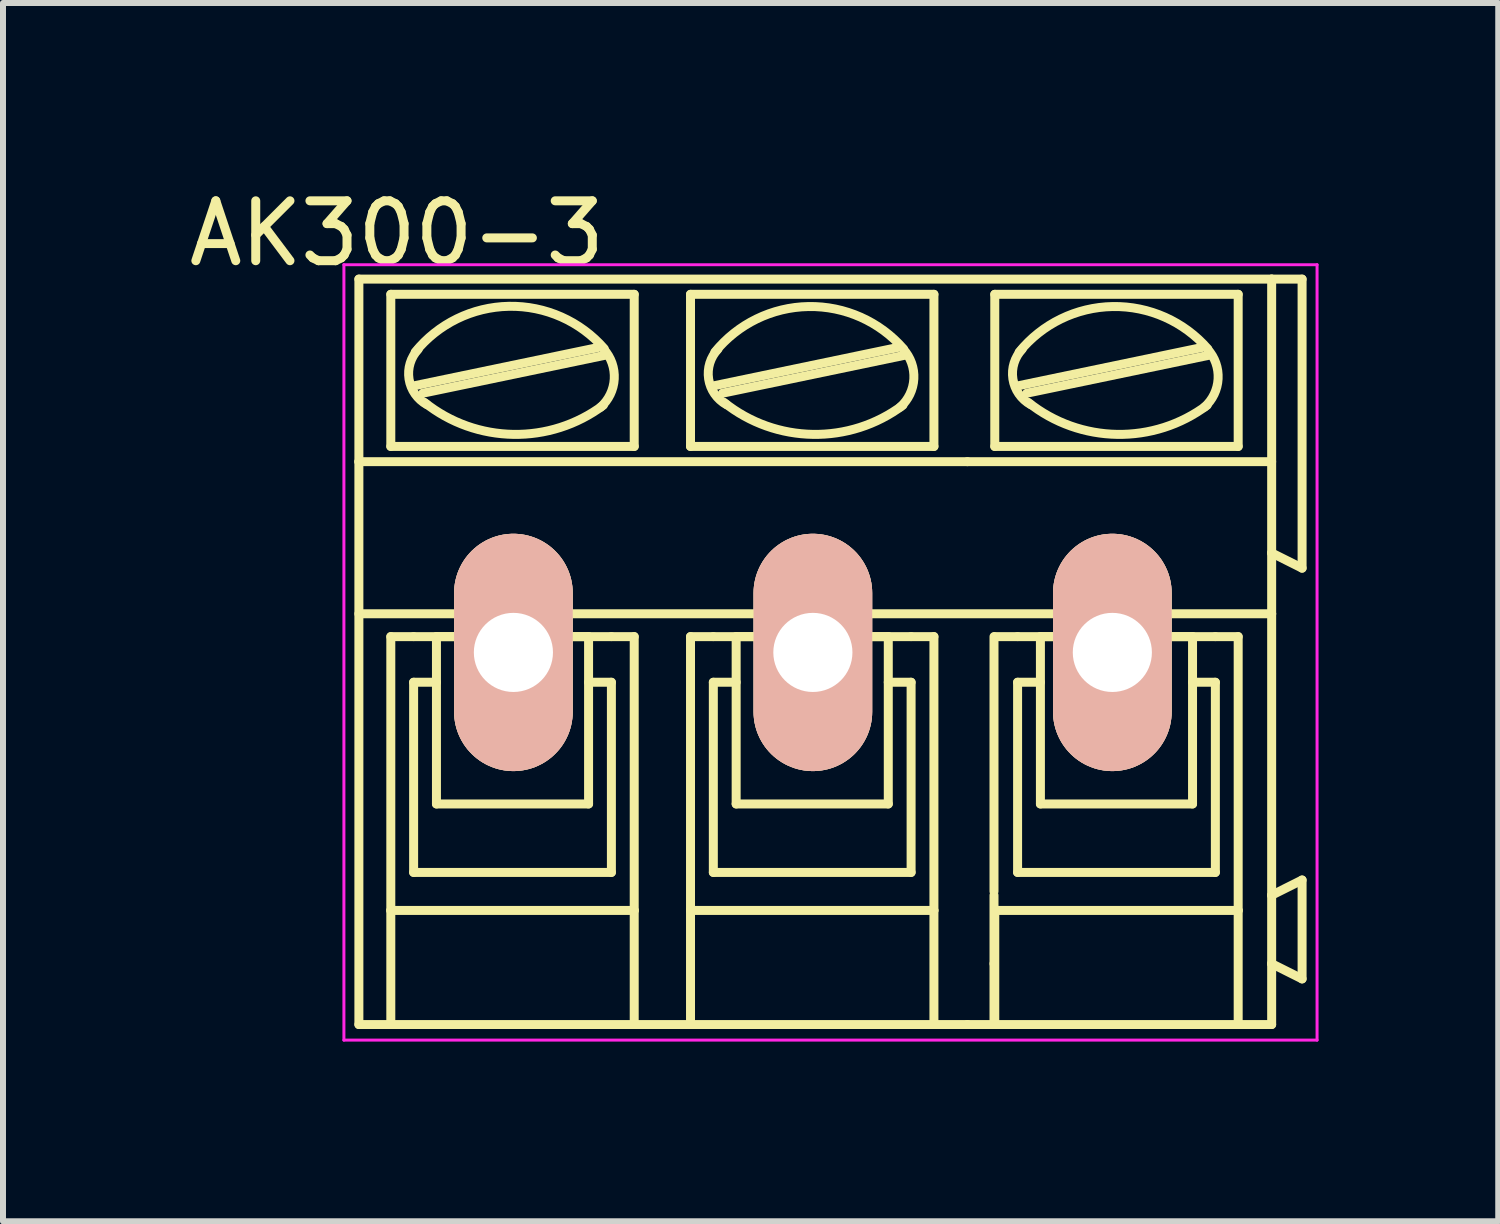
<source format=kicad_pcb>
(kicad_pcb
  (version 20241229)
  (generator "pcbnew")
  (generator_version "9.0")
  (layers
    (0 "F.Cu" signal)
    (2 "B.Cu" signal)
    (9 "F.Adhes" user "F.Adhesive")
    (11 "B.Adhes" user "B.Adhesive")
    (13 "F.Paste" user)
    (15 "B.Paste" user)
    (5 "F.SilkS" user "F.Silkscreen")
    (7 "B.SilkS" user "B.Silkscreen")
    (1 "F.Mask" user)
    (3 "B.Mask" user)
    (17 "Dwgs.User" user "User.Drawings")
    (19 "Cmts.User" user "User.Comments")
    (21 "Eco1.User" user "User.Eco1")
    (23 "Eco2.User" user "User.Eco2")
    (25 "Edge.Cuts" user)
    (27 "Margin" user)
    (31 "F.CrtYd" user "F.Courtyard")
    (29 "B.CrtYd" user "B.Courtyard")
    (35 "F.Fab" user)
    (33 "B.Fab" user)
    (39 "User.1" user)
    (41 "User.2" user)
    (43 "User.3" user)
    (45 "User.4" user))
  (footprint "AK300-3"
    (layer "F.Cu")
    (at 5.522 7.843)
    (property "Reference" "AK300-3" (at -1.945 -6.995 0) (layer "F.SilkS") (effects (font (size 1 1) (thickness 0.15))))
    (attr exclude_from_pos_files exclude_from_bom)
    (fp_line (start -2.58 -6.233) (end 12.66 -6.233) (stroke (width 0.15) (type solid)) (layer "F.SilkS"))
    (fp_line (start -2.58 -3.185) (end -2.58 -6.233) (stroke (width 0.15) (type solid)) (layer "F.SilkS"))
    (fp_line (start -2.58 -3.185) (end 7.58 -3.185) (stroke (width 0.15) (type solid)) (layer "F.SilkS"))
    (fp_line (start -2.58 -0.645) (end -2.58 -3.185) (stroke (width 0.15) (type solid)) (layer "F.SilkS"))
    (fp_line (start -2.58 6.213) (end -2.58 -0.645) (stroke (width 0.15) (type solid)) (layer "F.SilkS"))
    (fp_line (start -2.58 6.213) (end -2.047 6.213) (stroke (width 0.15) (type solid)) (layer "F.SilkS"))
    (fp_line (start -2.047 -3.439) (end -2.047 -5.979) (stroke (width 0.15) (type solid)) (layer "F.SilkS"))
    (fp_line (start -2.047 -0.264) (end -2.047 4.308) (stroke (width 0.15) (type solid)) (layer "F.SilkS"))
    (fp_line (start -2.047 -0.264) (end -1.666 -0.264) (stroke (width 0.15) (type solid)) (layer "F.SilkS"))
    (fp_line (start -2.047 4.308) (end -2.047 6.213) (stroke (width 0.15) (type solid)) (layer "F.SilkS"))
    (fp_line (start -2.047 6.213) (end 2.017 6.213) (stroke (width 0.15) (type solid)) (layer "F.SilkS"))
    (fp_line (start -1.666 0.498) (end -1.285 0.498) (stroke (width 0.15) (type solid)) (layer "F.SilkS"))
    (fp_line (start -1.666 3.673) (end -1.666 0.498) (stroke (width 0.15) (type solid)) (layer "F.SilkS"))
    (fp_line (start -1.64 -4.455) (end 1.41 -5.09) (stroke (width 0.15) (type solid)) (layer "F.SilkS"))
    (fp_line (start -1.513 -4.328) (end 1.535 -4.963) (stroke (width 0.15) (type solid)) (layer "F.SilkS"))
    (fp_line (start -1.285 -0.264) (end 1.255 -0.264) (stroke (width 0.15) (type solid)) (layer "F.SilkS"))
    (fp_line (start -1.285 2.53) (end -1.285 -0.264) (stroke (width 0.15) (type solid)) (layer "F.SilkS"))
    (fp_line (start -1.285 2.53) (end 1.255 2.53) (stroke (width 0.15) (type solid)) (layer "F.SilkS"))
    (fp_line (start 1.255 2.53) (end 1.255 -0.264) (stroke (width 0.15) (type solid)) (layer "F.SilkS"))
    (fp_line (start 1.636 -0.264) (end -1.666 -0.264) (stroke (width 0.15) (type solid)) (layer "F.SilkS"))
    (fp_line (start 1.636 0.498) (end 1.255 0.498) (stroke (width 0.15) (type solid)) (layer "F.SilkS"))
    (fp_line (start 1.636 3.673) (end -1.666 3.673) (stroke (width 0.15) (type solid)) (layer "F.SilkS"))
    (fp_line (start 1.636 3.673) (end 1.636 0.498) (stroke (width 0.15) (type solid)) (layer "F.SilkS"))
    (fp_line (start 2.017 -5.979) (end -2.047 -5.979) (stroke (width 0.15) (type solid)) (layer "F.SilkS"))
    (fp_line (start 2.017 -3.439) (end -2.047 -3.439) (stroke (width 0.15) (type solid)) (layer "F.SilkS"))
    (fp_line (start 2.017 -3.439) (end 2.017 -5.979) (stroke (width 0.15) (type solid)) (layer "F.SilkS"))
    (fp_line (start 2.017 -0.264) (end 1.636 -0.264) (stroke (width 0.15) (type solid)) (layer "F.SilkS"))
    (fp_line (start 2.017 4.308) (end -2.047 4.308) (stroke (width 0.15) (type solid)) (layer "F.SilkS"))
    (fp_line (start 2.017 4.308) (end 2.017 -0.264) (stroke (width 0.15) (type solid)) (layer "F.SilkS"))
    (fp_line (start 2.017 6.213) (end 2.017 4.308) (stroke (width 0.15) (type solid)) (layer "F.SilkS"))
    (fp_line (start 2.017 6.213) (end 2.957 6.213) (stroke (width 0.15) (type solid)) (layer "F.SilkS"))
    (fp_line (start 2.957 -5.979) (end 7.021 -5.979) (stroke (width 0.15) (type solid)) (layer "F.SilkS"))
    (fp_line (start 2.957 -3.439) (end 2.957 -5.979) (stroke (width 0.15) (type solid)) (layer "F.SilkS"))
    (fp_line (start 2.957 -0.264) (end 3.338 -0.264) (stroke (width 0.15) (type solid)) (layer "F.SilkS"))
    (fp_line (start 2.957 4.308) (end 2.957 -0.264) (stroke (width 0.15) (type solid)) (layer "F.SilkS"))
    (fp_line (start 2.957 4.308) (end 7.021 4.308) (stroke (width 0.15) (type solid)) (layer "F.SilkS"))
    (fp_line (start 2.957 6.213) (end 2.957 4.308) (stroke (width 0.15) (type solid)) (layer "F.SilkS"))
    (fp_line (start 2.957 6.213) (end 7.021 6.213) (stroke (width 0.15) (type solid)) (layer "F.SilkS"))
    (fp_line (start 3.338 -0.264) (end 6.64 -0.264) (stroke (width 0.15) (type solid)) (layer "F.SilkS"))
    (fp_line (start 3.338 0.498) (end 3.719 0.498) (stroke (width 0.15) (type solid)) (layer "F.SilkS"))
    (fp_line (start 3.338 3.673) (end 3.338 0.498) (stroke (width 0.15) (type solid)) (layer "F.SilkS"))
    (fp_line (start 3.364 -4.455) (end 6.412 -5.09) (stroke (width 0.15) (type solid)) (layer "F.SilkS"))
    (fp_line (start 3.491 -4.328) (end 6.539 -4.963) (stroke (width 0.15) (type solid)) (layer "F.SilkS"))
    (fp_line (start 3.719 -0.264) (end 6.259 -0.264) (stroke (width 0.15) (type solid)) (layer "F.SilkS"))
    (fp_line (start 3.719 2.53) (end 3.719 -0.264) (stroke (width 0.15) (type solid)) (layer "F.SilkS"))
    (fp_line (start 3.719 2.53) (end 6.259 2.53) (stroke (width 0.15) (type solid)) (layer "F.SilkS"))
    (fp_line (start 6.259 2.53) (end 6.259 -0.264) (stroke (width 0.15) (type solid)) (layer "F.SilkS"))
    (fp_line (start 6.64 0.498) (end 6.259 0.498) (stroke (width 0.15) (type solid)) (layer "F.SilkS"))
    (fp_line (start 6.64 3.673) (end 3.338 3.673) (stroke (width 0.15) (type solid)) (layer "F.SilkS"))
    (fp_line (start 6.64 3.673) (end 6.64 0.498) (stroke (width 0.15) (type solid)) (layer "F.SilkS"))
    (fp_line (start 7.021 -5.979) (end 7.021 -3.439) (stroke (width 0.15) (type solid)) (layer "F.SilkS"))
    (fp_line (start 7.021 -3.439) (end 2.957 -3.439) (stroke (width 0.15) (type solid)) (layer "F.SilkS"))
    (fp_line (start 7.021 -0.264) (end 6.64 -0.264) (stroke (width 0.15) (type solid)) (layer "F.SilkS"))
    (fp_line (start 7.021 -0.264) (end 7.021 4.308) (stroke (width 0.15) (type solid)) (layer "F.SilkS"))
    (fp_line (start 7.021 4.308) (end 7.021 6.213) (stroke (width 0.15) (type solid)) (layer "F.SilkS"))
    (fp_line (start 7.021 6.213) (end 7.58 6.213) (stroke (width 0.15) (type solid)) (layer "F.SilkS"))
    (fp_line (start 7.58 -3.185) (end 12.597 -3.185) (stroke (width 0.15) (type solid)) (layer "F.SilkS"))
    (fp_line (start 8.024 3.99) (end 8.024 -0.264) (stroke (width 0.15) (type solid)) (layer "F.SilkS"))
    (fp_line (start 8.024 4.054) (end 8.024 5.197) (stroke (width 0.15) (type solid)) (layer "F.SilkS"))
    (fp_line (start 8.024 5.197) (end 8.024 6.213) (stroke (width 0.15) (type solid)) (layer "F.SilkS"))
    (fp_line (start 8.037 -5.979) (end 12.101 -5.979) (stroke (width 0.15) (type solid)) (layer "F.SilkS"))
    (fp_line (start 8.037 -3.439) (end 8.037 -5.979) (stroke (width 0.15) (type solid)) (layer "F.SilkS"))
    (fp_line (start 8.037 -0.264) (end 8.418 -0.264) (stroke (width 0.15) (type solid)) (layer "F.SilkS"))
    (fp_line (start 8.037 4.308) (end 12.101 4.308) (stroke (width 0.15) (type solid)) (layer "F.SilkS"))
    (fp_line (start 8.037 6.213) (end 8.037 4.308) (stroke (width 0.15) (type solid)) (layer "F.SilkS"))
    (fp_line (start 8.418 -0.264) (end 11.72 -0.264) (stroke (width 0.15) (type solid)) (layer "F.SilkS"))
    (fp_line (start 8.418 0.498) (end 8.799 0.498) (stroke (width 0.15) (type solid)) (layer "F.SilkS"))
    (fp_line (start 8.418 3.673) (end 8.418 0.498) (stroke (width 0.15) (type solid)) (layer "F.SilkS"))
    (fp_line (start 8.444 -4.455) (end 11.492 -5.09) (stroke (width 0.15) (type solid)) (layer "F.SilkS"))
    (fp_line (start 8.571 -4.328) (end 11.619 -4.963) (stroke (width 0.15) (type solid)) (layer "F.SilkS"))
    (fp_line (start 8.799 -0.264) (end 11.339 -0.264) (stroke (width 0.15) (type solid)) (layer "F.SilkS"))
    (fp_line (start 8.799 2.53) (end 8.799 -0.264) (stroke (width 0.15) (type solid)) (layer "F.SilkS"))
    (fp_line (start 8.799 2.53) (end 11.339 2.53) (stroke (width 0.15) (type solid)) (layer "F.SilkS"))
    (fp_line (start 11.339 2.53) (end 11.339 -0.264) (stroke (width 0.15) (type solid)) (layer "F.SilkS"))
    (fp_line (start 11.72 0.498) (end 11.339 0.498) (stroke (width 0.15) (type solid)) (layer "F.SilkS"))
    (fp_line (start 11.72 3.673) (end 8.418 3.673) (stroke (width 0.15) (type solid)) (layer "F.SilkS"))
    (fp_line (start 11.72 3.673) (end 11.72 0.498) (stroke (width 0.15) (type solid)) (layer "F.SilkS"))
    (fp_line (start 12.088 6.213) (end 7.58 6.213) (stroke (width 0.15) (type solid)) (layer "F.SilkS"))
    (fp_line (start 12.101 -5.979) (end 12.101 -3.439) (stroke (width 0.15) (type solid)) (layer "F.SilkS"))
    (fp_line (start 12.101 -3.439) (end 8.037 -3.439) (stroke (width 0.15) (type solid)) (layer "F.SilkS"))
    (fp_line (start 12.101 -0.264) (end 11.72 -0.264) (stroke (width 0.15) (type solid)) (layer "F.SilkS"))
    (fp_line (start 12.101 -0.264) (end 12.101 4.308) (stroke (width 0.15) (type solid)) (layer "F.SilkS"))
    (fp_line (start 12.101 4.308) (end 12.101 6.213) (stroke (width 0.15) (type solid)) (layer "F.SilkS"))
    (fp_line (start 12.101 6.213) (end 12.66 6.213) (stroke (width 0.15) (type solid)) (layer "F.SilkS"))
    (fp_line (start 12.66 -6.233) (end 12.66 -3.185) (stroke (width 0.15) (type solid)) (layer "F.SilkS"))
    (fp_line (start 12.66 -6.233) (end 13.168 -6.233) (stroke (width 0.15) (type solid)) (layer "F.SilkS"))
    (fp_line (start 12.66 -3.185) (end 12.66 -1.661) (stroke (width 0.15) (type solid)) (layer "F.SilkS"))
    (fp_line (start 12.66 -1.661) (end 12.66 -0.645) (stroke (width 0.15) (type solid)) (layer "F.SilkS"))
    (fp_line (start 12.66 -0.645) (end -2.517 -0.645) (stroke (width 0.15) (type solid)) (layer "F.SilkS"))
    (fp_line (start 12.66 -0.645) (end 12.66 4.054) (stroke (width 0.15) (type solid)) (layer "F.SilkS"))
    (fp_line (start 12.66 4.054) (end 12.66 5.197) (stroke (width 0.15) (type solid)) (layer "F.SilkS"))
    (fp_line (start 12.66 5.197) (end 12.66 6.213) (stroke (width 0.15) (type solid)) (layer "F.SilkS"))
    (fp_line (start 13.168 -6.233) (end 13.168 -1.407) (stroke (width 0.15) (type solid)) (layer "F.SilkS"))
    (fp_line (start 13.168 -1.407) (end 12.66 -1.661) (stroke (width 0.15) (type solid)) (layer "F.SilkS"))
    (fp_line (start 13.168 3.8) (end 12.66 4.054) (stroke (width 0.15) (type solid)) (layer "F.SilkS"))
    (fp_line (start 13.168 3.8) (end 13.168 5.451) (stroke (width 0.15) (type solid)) (layer "F.SilkS"))
    (fp_line (start 13.168 5.451) (end 12.66 5.197) (stroke (width 0.15) (type solid)) (layer "F.SilkS"))
    (fp_arc (start -1.6402 -5.0138) (mid -0.075347 -5.778837) (end 1.516573 -5.071847) (stroke (width 0.15) (type solid)) (layer "F.SilkS"))
    (fp_arc (start -1.44462 -4.1375) (mid -1.742784 -4.563845) (end -1.58952 -5.061019) (stroke (width 0.15) (type solid)) (layer "F.SilkS"))
    (fp_arc (start 1.50178 -4.12734) (mid -0.000269 -3.640479) (end -1.485988 -4.175104) (stroke (width 0.15) (type solid)) (layer "F.SilkS"))
    (fp_arc (start 1.5094 -5.06206) (mid 1.683736 -4.565962) (end 1.45415 -4.09289) (stroke (width 0.15) (type solid)) (layer "F.SilkS"))
    (fp_arc (start 3.3636 -5.0138) (mid 4.926638 -5.774946) (end 6.514411 -5.066844) (stroke (width 0.15) (type solid)) (layer "F.SilkS"))
    (fp_arc (start 3.55664 -4.1375) (mid 3.259456 -4.565849) (end 3.414903 -5.063481) (stroke (width 0.15) (type solid)) (layer "F.SilkS"))
    (fp_arc (start 6.50304 -4.12734) (mid 5.000991 -3.640479) (end 3.515272 -4.175104) (stroke (width 0.15) (type solid)) (layer "F.SilkS"))
    (fp_arc (start 6.51066 -5.06206) (mid 6.685748 -4.567765) (end 6.457972 -4.095429) (stroke (width 0.15) (type solid)) (layer "F.SilkS"))
    (fp_arc (start 8.4436 -5.0138) (mid 10.006638 -5.774946) (end 11.594411 -5.066844) (stroke (width 0.15) (type solid)) (layer "F.SilkS"))
    (fp_arc (start 8.63664 -4.1375) (mid 8.339456 -4.565849) (end 8.494903 -5.063481) (stroke (width 0.15) (type solid)) (layer "F.SilkS"))
    (fp_arc (start 11.58304 -4.12734) (mid 10.080991 -3.640479) (end 8.595272 -4.175104) (stroke (width 0.15) (type solid)) (layer "F.SilkS"))
    (fp_arc (start 11.59066 -5.06206) (mid 11.765748 -4.567765) (end 11.537972 -4.095429) (stroke (width 0.15) (type solid)) (layer "F.SilkS"))
    (fp_line (start -2.83 -6.473) (end -2.83 6.473) (stroke (width 0.05) (type solid)) (layer "F.CrtYd"))
    (fp_line (start -2.83 6.473) (end 13.418 6.473) (stroke (width 0.05) (type solid)) (layer "F.CrtYd"))
    (fp_line (start 13.418 -6.473) (end -2.83 -6.473) (stroke (width 0.05) (type solid)) (layer "F.CrtYd"))
    (fp_line (start 13.418 6.473) (end 13.418 -6.473) (stroke (width 0.05) (type solid)) (layer "F.CrtYd"))
    (pad "1" thru_hole oval (at 0 0) (size 1.981 3.962) (drill 1.321) (layers "*.Cu" "*.SilkS" "*.Mask" "F.Paste"))
    (pad "2" thru_hole oval (at 5 0) (size 1.981 3.962) (drill 1.321) (layers "*.Cu" "*.SilkS" "*.Mask" "F.Paste"))
    (pad "3" thru_hole oval (at 10 0) (size 1.981 3.962) (drill 1.321) (layers "*.Cu" "*.SilkS" "*.Mask" "F.Paste")))
  (gr_rect
    (start -3 -3)
    (end 21.965 17.341)
    (stroke (width 0.1) (type default))
    (fill no)
    (layer "Edge.Cuts")))
</source>
